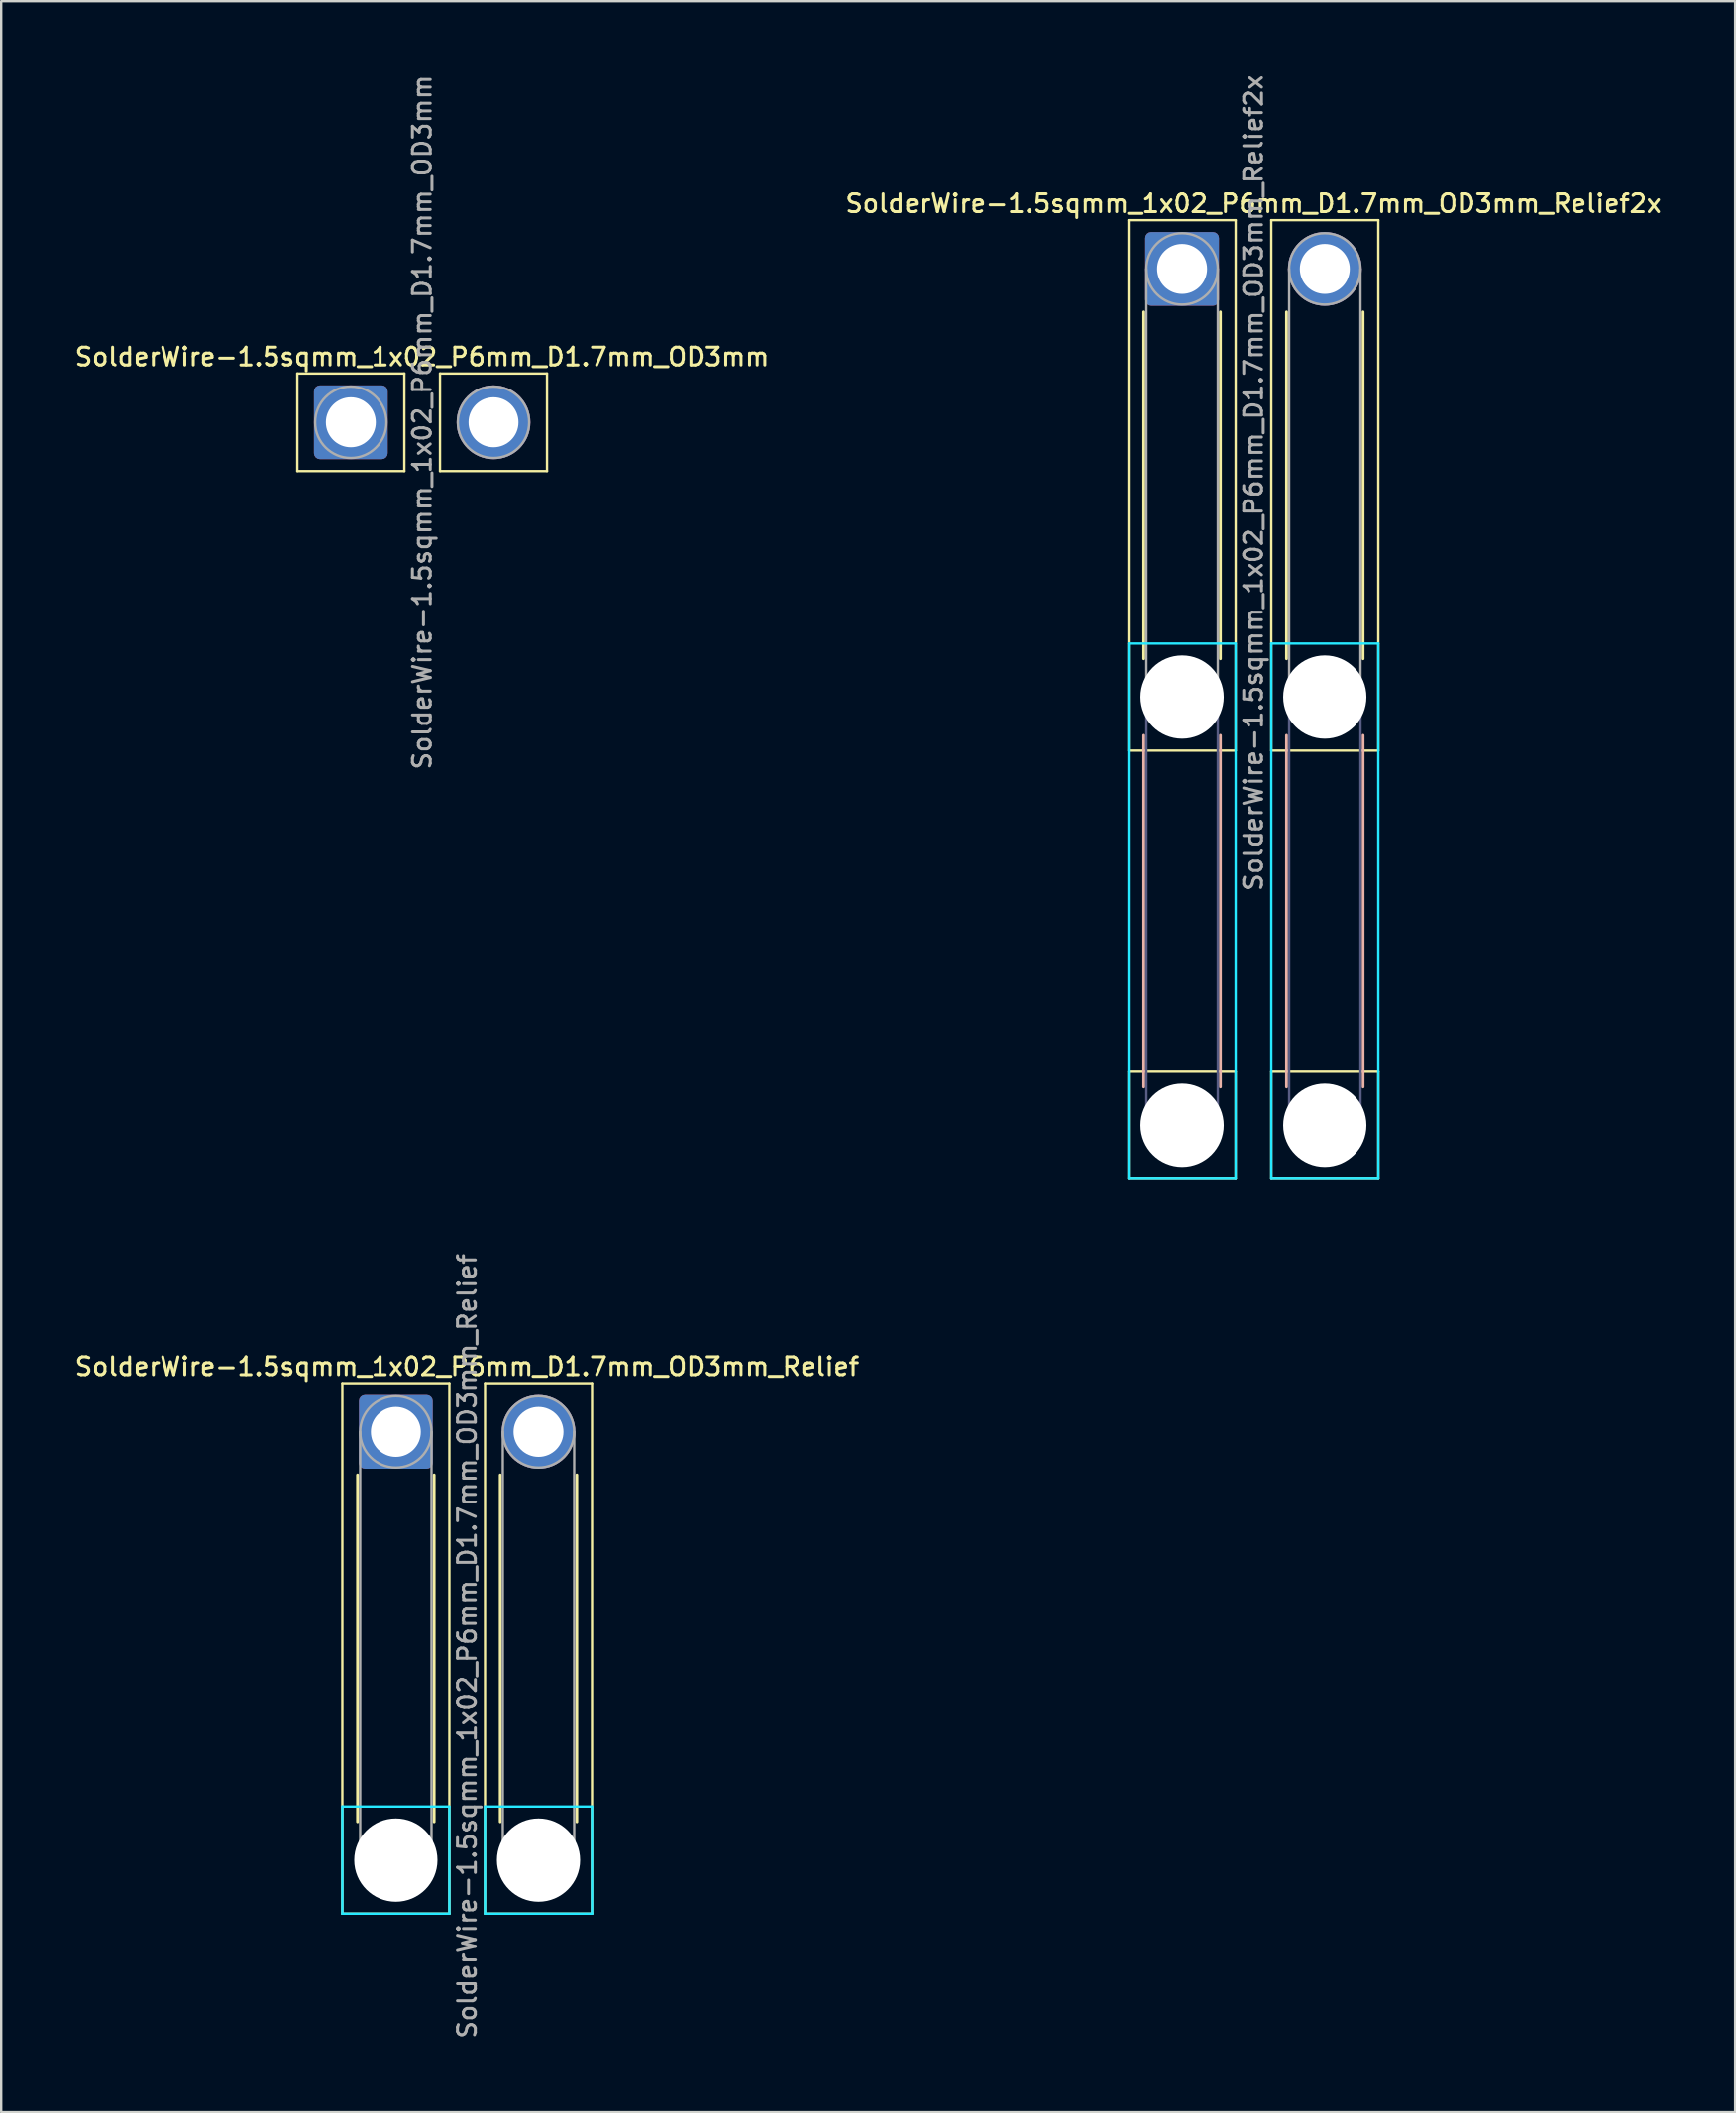
<source format=kicad_pcb>
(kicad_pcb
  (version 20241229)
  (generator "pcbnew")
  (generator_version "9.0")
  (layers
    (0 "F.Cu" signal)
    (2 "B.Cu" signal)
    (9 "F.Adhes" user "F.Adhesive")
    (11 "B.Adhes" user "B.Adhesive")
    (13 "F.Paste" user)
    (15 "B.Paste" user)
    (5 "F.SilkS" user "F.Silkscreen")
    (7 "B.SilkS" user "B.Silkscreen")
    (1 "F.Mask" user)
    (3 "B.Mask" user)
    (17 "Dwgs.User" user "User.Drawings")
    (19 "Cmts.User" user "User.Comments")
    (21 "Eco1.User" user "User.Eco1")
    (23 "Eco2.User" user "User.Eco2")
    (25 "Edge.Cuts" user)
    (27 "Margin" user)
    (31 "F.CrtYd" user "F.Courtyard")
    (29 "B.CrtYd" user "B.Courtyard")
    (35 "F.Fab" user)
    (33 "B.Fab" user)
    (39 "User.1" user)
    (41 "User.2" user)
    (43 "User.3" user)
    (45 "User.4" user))
  (footprint "SolderWire-1.5sqmm_1x02_P6mm_D1.7mm_OD3mm_Relief2x"
    (layer "F.Cu")
    (at 46.659 8.255)
    (property "Reference" "SolderWire-1.5sqmm_1x02_P6mm_D1.7mm_OD3mm_Relief2x" (at 3 -2.75 0) (layer "F.SilkS") (effects (font (size 0.75 0.75) (thickness 0.125))))
    (attr exclude_from_pos_files exclude_from_bom)
    (fp_line (start -2.25 -2.05) (end -2.25 20.25) (stroke (width 0.1) (type solid)) (layer "F.SilkS"))
    (fp_line (start -2.25 20.25) (end 2.25 20.25) (stroke (width 0.1) (type solid)) (layer "F.SilkS"))
    (fp_line (start -2.25 33.75) (end -2.25 38.25) (stroke (width 0.1) (type solid)) (layer "F.SilkS"))
    (fp_line (start -2.25 38.25) (end 2.25 38.25) (stroke (width 0.1) (type solid)) (layer "F.SilkS"))
    (fp_line (start -1.61 1.81) (end -1.61 16.39) (stroke (width 0.12) (type solid)) (layer "F.SilkS"))
    (fp_line (start 1.61 1.81) (end 1.61 16.39) (stroke (width 0.12) (type solid)) (layer "F.SilkS"))
    (fp_line (start 2.25 -2.05) (end -2.25 -2.05) (stroke (width 0.1) (type solid)) (layer "F.SilkS"))
    (fp_line (start 2.25 20.25) (end 2.25 -2.05) (stroke (width 0.1) (type solid)) (layer "F.SilkS"))
    (fp_line (start 2.25 33.75) (end -2.25 33.75) (stroke (width 0.1) (type solid)) (layer "F.SilkS"))
    (fp_line (start 2.25 38.25) (end 2.25 33.75) (stroke (width 0.1) (type solid)) (layer "F.SilkS"))
    (fp_line (start 3.75 -2.05) (end 3.75 20.25) (stroke (width 0.1) (type solid)) (layer "F.SilkS"))
    (fp_line (start 3.75 20.25) (end 8.25 20.25) (stroke (width 0.1) (type solid)) (layer "F.SilkS"))
    (fp_line (start 3.75 33.75) (end 3.75 38.25) (stroke (width 0.1) (type solid)) (layer "F.SilkS"))
    (fp_line (start 3.75 38.25) (end 8.25 38.25) (stroke (width 0.1) (type solid)) (layer "F.SilkS"))
    (fp_line (start 4.39 1.81) (end 4.39 16.39) (stroke (width 0.12) (type solid)) (layer "F.SilkS"))
    (fp_line (start 7.61 1.81) (end 7.61 16.39) (stroke (width 0.12) (type solid)) (layer "F.SilkS"))
    (fp_line (start 8.25 -2.05) (end 3.75 -2.05) (stroke (width 0.1) (type solid)) (layer "F.SilkS"))
    (fp_line (start 8.25 20.25) (end 8.25 -2.05) (stroke (width 0.1) (type solid)) (layer "F.SilkS"))
    (fp_line (start 8.25 33.75) (end 3.75 33.75) (stroke (width 0.1) (type solid)) (layer "F.SilkS"))
    (fp_line (start 8.25 38.25) (end 8.25 33.75) (stroke (width 0.1) (type solid)) (layer "F.SilkS"))
    (fp_line (start -1.61 19.61) (end -1.61 34.39) (stroke (width 0.12) (type solid)) (layer "B.SilkS"))
    (fp_line (start 1.61 19.61) (end 1.61 34.39) (stroke (width 0.12) (type solid)) (layer "B.SilkS"))
    (fp_line (start 4.39 19.61) (end 4.39 34.39) (stroke (width 0.12) (type solid)) (layer "B.SilkS"))
    (fp_line (start 7.61 19.61) (end 7.61 34.39) (stroke (width 0.12) (type solid)) (layer "B.SilkS"))
    (fp_line (start -2.25 15.75) (end -2.25 38.25) (stroke (width 0.1) (type solid)) (layer "B.CrtYd"))
    (fp_line (start -2.25 38.25) (end 2.25 38.25) (stroke (width 0.1) (type solid)) (layer "B.CrtYd"))
    (fp_line (start 2.25 15.75) (end -2.25 15.75) (stroke (width 0.1) (type solid)) (layer "B.CrtYd"))
    (fp_line (start 2.25 38.25) (end 2.25 15.75) (stroke (width 0.1) (type solid)) (layer "B.CrtYd"))
    (fp_line (start 3.75 15.75) (end 3.75 38.25) (stroke (width 0.1) (type solid)) (layer "B.CrtYd"))
    (fp_line (start 3.75 38.25) (end 8.25 38.25) (stroke (width 0.1) (type solid)) (layer "B.CrtYd"))
    (fp_line (start 8.25 15.75) (end 3.75 15.75) (stroke (width 0.1) (type solid)) (layer "B.CrtYd"))
    (fp_line (start 8.25 38.25) (end 8.25 15.75) (stroke (width 0.1) (type solid)) (layer "B.CrtYd"))
    (fp_line (start -1.5 18) (end -1.5 36) (stroke (width 0.1) (type solid)) (layer "B.Fab"))
    (fp_line (start 1.5 18) (end 1.5 36) (stroke (width 0.1) (type solid)) (layer "B.Fab"))
    (fp_line (start 4.5 18) (end 4.5 36) (stroke (width 0.1) (type solid)) (layer "B.Fab"))
    (fp_line (start 7.5 18) (end 7.5 36) (stroke (width 0.1) (type solid)) (layer "B.Fab"))
    (fp_circle (center 0 18) (end 1.5 18) (stroke (width 0.1) (type solid)) (fill no) (layer "B.Fab"))
    (fp_circle (center 0 36) (end 1.5 36) (stroke (width 0.1) (type solid)) (fill no) (layer "B.Fab"))
    (fp_circle (center 6 18) (end 7.5 18) (stroke (width 0.1) (type solid)) (fill no) (layer "B.Fab"))
    (fp_circle (center 6 36) (end 7.5 36) (stroke (width 0.1) (type solid)) (fill no) (layer "B.Fab"))
    (fp_line (start -1.5 0) (end -1.5 18) (stroke (width 0.1) (type solid)) (layer "F.Fab"))
    (fp_line (start 1.5 0) (end 1.5 18) (stroke (width 0.1) (type solid)) (layer "F.Fab"))
    (fp_line (start 4.5 0) (end 4.5 18) (stroke (width 0.1) (type solid)) (layer "F.Fab"))
    (fp_line (start 7.5 0) (end 7.5 18) (stroke (width 0.1) (type solid)) (layer "F.Fab"))
    (fp_circle (center 0 0) (end 1.5 0) (stroke (width 0.1) (type solid)) (fill no) (layer "F.Fab"))
    (fp_circle (center 0 18) (end 1.5 18) (stroke (width 0.1) (type solid)) (fill no) (layer "F.Fab"))
    (fp_circle (center 0 36) (end 1.5 36) (stroke (width 0.1) (type solid)) (fill no) (layer "F.Fab"))
    (fp_circle (center 6 0) (end 7.5 0) (stroke (width 0.1) (type solid)) (fill no) (layer "F.Fab"))
    (fp_circle (center 6 18) (end 7.5 18) (stroke (width 0.1) (type solid)) (fill no) (layer "F.Fab"))
    (fp_circle (center 6 36) (end 7.5 36) (stroke (width 0.1) (type solid)) (fill no) (layer "F.Fab"))
    (fp_text user "${REFERENCE}" (at 3 9 90) (layer "F.Fab") (effects (font (size 0.75 0.75) (thickness 0.125))))
    (pad "" np_thru_hole circle (at 0 18) (size 3.5 3.5) (drill 3.5) (layers "*.Cu" "*.Mask"))
    (pad "" np_thru_hole circle (at 0 36) (size 3.5 3.5) (drill 3.5) (layers "*.Cu" "*.Mask"))
    (pad "" np_thru_hole circle (at 6 18) (size 3.5 3.5) (drill 3.5) (layers "*.Cu" "*.Mask"))
    (pad "" np_thru_hole circle (at 6 36) (size 3.5 3.5) (drill 3.5) (layers "*.Cu" "*.Mask"))
    (pad "1" thru_hole roundrect (at 0 0) (size 3.1 3.1) (drill 2.1) (layers "*.Cu" "*.Mask") (roundrect_rratio 0.081))
    (pad "2" thru_hole circle (at 6 0) (size 3.1 3.1) (drill 2.1) (layers "*.Cu" "*.Mask")))
  (footprint "SolderWire-1.5sqmm_1x02_P6mm_D1.7mm_OD3mm_Relief"
    (layer "F.Cu")
    (at 13.595 57.15)
    (property "Reference" "SolderWire-1.5sqmm_1x02_P6mm_D1.7mm_OD3mm_Relief" (at 3 -2.75 0) (layer "F.SilkS") (effects (font (size 0.75 0.75) (thickness 0.125))))
    (attr exclude_from_pos_files exclude_from_bom)
    (fp_line (start -2.25 -2.05) (end -2.25 20.25) (stroke (width 0.1) (type solid)) (layer "F.SilkS"))
    (fp_line (start -2.25 20.25) (end 2.25 20.25) (stroke (width 0.1) (type solid)) (layer "F.SilkS"))
    (fp_line (start -1.61 1.81) (end -1.61 16.39) (stroke (width 0.12) (type solid)) (layer "F.SilkS"))
    (fp_line (start 1.61 1.81) (end 1.61 16.39) (stroke (width 0.12) (type solid)) (layer "F.SilkS"))
    (fp_line (start 2.25 -2.05) (end -2.25 -2.05) (stroke (width 0.1) (type solid)) (layer "F.SilkS"))
    (fp_line (start 2.25 20.25) (end 2.25 -2.05) (stroke (width 0.1) (type solid)) (layer "F.SilkS"))
    (fp_line (start 3.75 -2.05) (end 3.75 20.25) (stroke (width 0.1) (type solid)) (layer "F.SilkS"))
    (fp_line (start 3.75 20.25) (end 8.25 20.25) (stroke (width 0.1) (type solid)) (layer "F.SilkS"))
    (fp_line (start 4.39 1.81) (end 4.39 16.39) (stroke (width 0.12) (type solid)) (layer "F.SilkS"))
    (fp_line (start 7.61 1.81) (end 7.61 16.39) (stroke (width 0.12) (type solid)) (layer "F.SilkS"))
    (fp_line (start 8.25 -2.05) (end 3.75 -2.05) (stroke (width 0.1) (type solid)) (layer "F.SilkS"))
    (fp_line (start 8.25 20.25) (end 8.25 -2.05) (stroke (width 0.1) (type solid)) (layer "F.SilkS"))
    (fp_line (start -2.25 15.75) (end -2.25 20.25) (stroke (width 0.1) (type solid)) (layer "B.CrtYd"))
    (fp_line (start -2.25 20.25) (end 2.25 20.25) (stroke (width 0.1) (type solid)) (layer "B.CrtYd"))
    (fp_line (start 2.25 15.75) (end -2.25 15.75) (stroke (width 0.1) (type solid)) (layer "B.CrtYd"))
    (fp_line (start 2.25 20.25) (end 2.25 15.75) (stroke (width 0.1) (type solid)) (layer "B.CrtYd"))
    (fp_line (start 3.75 15.75) (end 3.75 20.25) (stroke (width 0.1) (type solid)) (layer "B.CrtYd"))
    (fp_line (start 3.75 20.25) (end 8.25 20.25) (stroke (width 0.1) (type solid)) (layer "B.CrtYd"))
    (fp_line (start 8.25 15.75) (end 3.75 15.75) (stroke (width 0.1) (type solid)) (layer "B.CrtYd"))
    (fp_line (start 8.25 20.25) (end 8.25 15.75) (stroke (width 0.1) (type solid)) (layer "B.CrtYd"))
    (fp_line (start -1.5 0) (end -1.5 18) (stroke (width 0.1) (type solid)) (layer "F.Fab"))
    (fp_line (start 1.5 0) (end 1.5 18) (stroke (width 0.1) (type solid)) (layer "F.Fab"))
    (fp_line (start 4.5 0) (end 4.5 18) (stroke (width 0.1) (type solid)) (layer "F.Fab"))
    (fp_line (start 7.5 0) (end 7.5 18) (stroke (width 0.1) (type solid)) (layer "F.Fab"))
    (fp_circle (center 0 0) (end 1.5 0) (stroke (width 0.1) (type solid)) (fill no) (layer "F.Fab"))
    (fp_circle (center 0 18) (end 1.5 18) (stroke (width 0.1) (type solid)) (fill no) (layer "F.Fab"))
    (fp_circle (center 6 0) (end 7.5 0) (stroke (width 0.1) (type solid)) (fill no) (layer "F.Fab"))
    (fp_circle (center 6 18) (end 7.5 18) (stroke (width 0.1) (type solid)) (fill no) (layer "F.Fab"))
    (fp_text user "${REFERENCE}" (at 3 9 90) (layer "F.Fab") (effects (font (size 0.75 0.75) (thickness 0.125))))
    (pad "" np_thru_hole circle (at 0 18) (size 3.5 3.5) (drill 3.5) (layers "*.Cu" "*.Mask"))
    (pad "" np_thru_hole circle (at 6 18) (size 3.5 3.5) (drill 3.5) (layers "*.Cu" "*.Mask"))
    (pad "1" thru_hole roundrect (at 0 0) (size 3.1 3.1) (drill 2.1) (layers "*.Cu" "*.Mask") (roundrect_rratio 0.081))
    (pad "2" thru_hole circle (at 6 0) (size 3.1 3.1) (drill 2.1) (layers "*.Cu" "*.Mask")))
  (footprint "SolderWire-1.5sqmm_1x02_P6mm_D1.7mm_OD3mm"
    (layer "F.Cu")
    (at 11.702 14.702)
    (property "Reference" "SolderWire-1.5sqmm_1x02_P6mm_D1.7mm_OD3mm" (at 3 -2.75 0) (layer "F.SilkS") (effects (font (size 0.75 0.75) (thickness 0.125))))
    (attr exclude_from_pos_files exclude_from_bom)
    (fp_line (start -2.25 -2.05) (end -2.25 2.05) (stroke (width 0.1) (type solid)) (layer "F.SilkS"))
    (fp_line (start -2.25 2.05) (end 2.25 2.05) (stroke (width 0.1) (type solid)) (layer "F.SilkS"))
    (fp_line (start 2.25 -2.05) (end -2.25 -2.05) (stroke (width 0.1) (type solid)) (layer "F.SilkS"))
    (fp_line (start 2.25 2.05) (end 2.25 -2.05) (stroke (width 0.1) (type solid)) (layer "F.SilkS"))
    (fp_line (start 3.75 -2.05) (end 3.75 2.05) (stroke (width 0.1) (type solid)) (layer "F.SilkS"))
    (fp_line (start 3.75 2.05) (end 8.25 2.05) (stroke (width 0.1) (type solid)) (layer "F.SilkS"))
    (fp_line (start 8.25 -2.05) (end 3.75 -2.05) (stroke (width 0.1) (type solid)) (layer "F.SilkS"))
    (fp_line (start 8.25 2.05) (end 8.25 -2.05) (stroke (width 0.1) (type solid)) (layer "F.SilkS"))
    (fp_circle (center 0 0) (end 1.5 0) (stroke (width 0.1) (type solid)) (fill no) (layer "F.Fab"))
    (fp_circle (center 6 0) (end 7.5 0) (stroke (width 0.1) (type solid)) (fill no) (layer "F.Fab"))
    (fp_text user "${REFERENCE}" (at 3 0 90) (layer "F.Fab") (effects (font (size 0.75 0.75) (thickness 0.125))))
    (pad "1" thru_hole roundrect (at 0 0) (size 3.1 3.1) (drill 2.1) (layers "*.Cu" "*.Mask") (roundrect_rratio 0.081))
    (pad "2" thru_hole circle (at 6 0) (size 3.1 3.1) (drill 2.1) (layers "*.Cu" "*.Mask")))
  (gr_rect
    (start -3 -3)
    (end 69.914 85.745)
    (stroke (width 0.1) (type default))
    (fill no)
    (layer "Edge.Cuts")))
</source>
